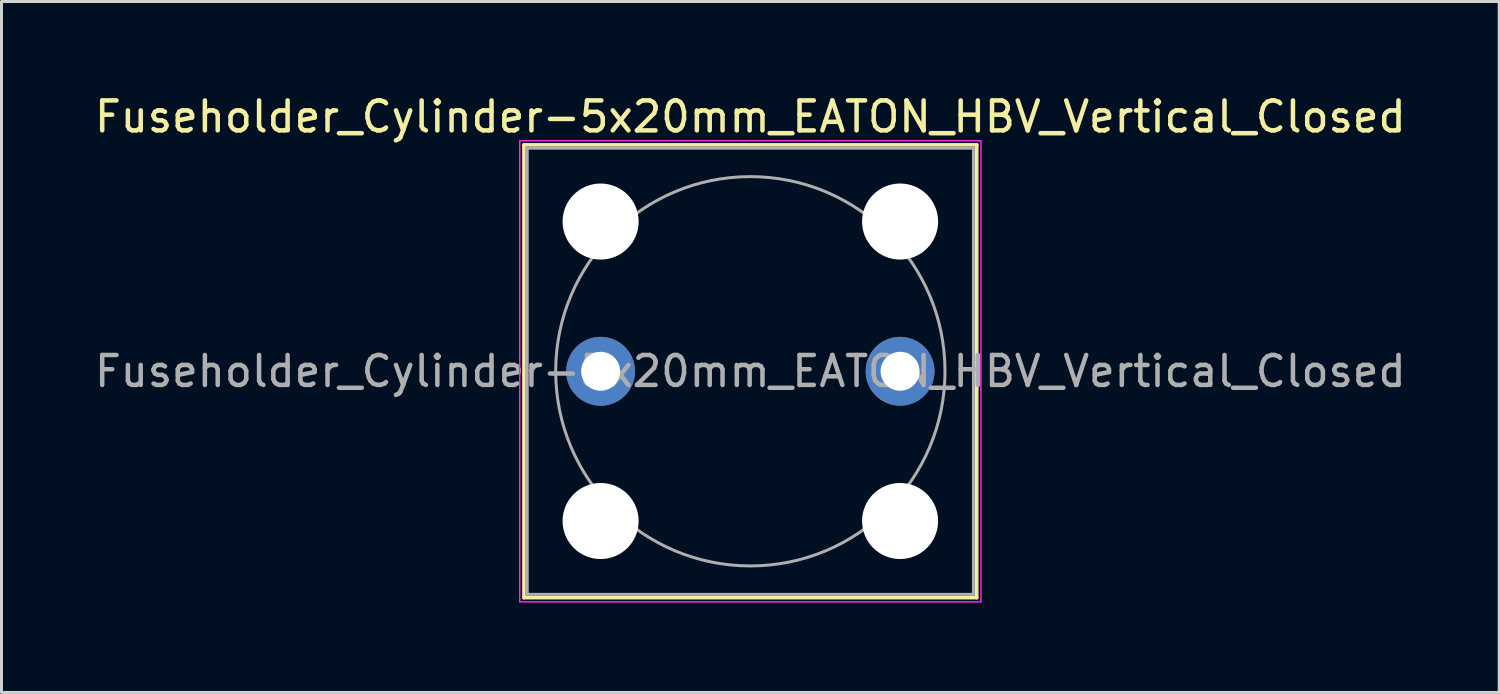
<source format=kicad_pcb>
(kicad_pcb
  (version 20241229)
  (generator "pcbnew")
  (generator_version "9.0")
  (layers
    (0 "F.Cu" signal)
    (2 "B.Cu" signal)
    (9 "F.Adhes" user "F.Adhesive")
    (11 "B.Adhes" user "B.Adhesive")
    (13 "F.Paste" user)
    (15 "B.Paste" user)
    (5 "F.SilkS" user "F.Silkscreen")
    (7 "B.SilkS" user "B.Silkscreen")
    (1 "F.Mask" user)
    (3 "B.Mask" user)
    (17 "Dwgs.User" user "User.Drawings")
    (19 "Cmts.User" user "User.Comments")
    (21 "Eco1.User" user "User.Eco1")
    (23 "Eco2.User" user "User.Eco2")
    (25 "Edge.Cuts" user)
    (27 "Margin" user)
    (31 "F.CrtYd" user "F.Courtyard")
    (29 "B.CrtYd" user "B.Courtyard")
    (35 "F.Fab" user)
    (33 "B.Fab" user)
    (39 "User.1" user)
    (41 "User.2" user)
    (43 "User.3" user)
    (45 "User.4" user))
  (footprint "Fuseholder_Cylinder-5x20mm_EATON_HBV_Vertical_Closed"
    (layer "F.Cu")
    (at 17.006 9.348)
    (property "Reference" "Fuseholder_Cylinder-5x20mm_EATON_HBV_Vertical_Closed" (at 5 -8.5 0) (layer "F.SilkS") (effects (font (size 1 1) (thickness 0.15))))
    (attr through_hole)
    (fp_line (start -2.56 -7.56) (end 12.56 -7.56) (stroke (width 0.12) (type solid)) (layer "F.SilkS"))
    (fp_line (start -2.56 7.56) (end -2.56 -7.56) (stroke (width 0.12) (type solid)) (layer "F.SilkS"))
    (fp_line (start 12.56 -7.56) (end 12.56 7.56) (stroke (width 0.12) (type solid)) (layer "F.SilkS"))
    (fp_line (start 12.56 7.56) (end -2.56 7.56) (stroke (width 0.12) (type solid)) (layer "F.SilkS"))
    (fp_line (start -2.7 -7.7) (end 12.7 -7.7) (stroke (width 0.05) (type solid)) (layer "F.CrtYd"))
    (fp_line (start -2.7 7.7) (end -2.7 -7.7) (stroke (width 0.05) (type solid)) (layer "F.CrtYd"))
    (fp_line (start 12.7 -7.7) (end 12.7 7.7) (stroke (width 0.05) (type solid)) (layer "F.CrtYd"))
    (fp_line (start 12.7 7.7) (end -2.7 7.7) (stroke (width 0.05) (type solid)) (layer "F.CrtYd"))
    (fp_line (start -2.45 -7.45) (end 12.45 -7.45) (stroke (width 0.1) (type solid)) (layer "F.Fab"))
    (fp_line (start -2.45 7.45) (end -2.45 -7.45) (stroke (width 0.1) (type solid)) (layer "F.Fab"))
    (fp_line (start 12.45 -7.45) (end 12.45 7.45) (stroke (width 0.1) (type solid)) (layer "F.Fab"))
    (fp_line (start 12.45 7.45) (end -2.45 7.45) (stroke (width 0.1) (type solid)) (layer "F.Fab"))
    (fp_circle (center 5 0) (end 11.5 0) (stroke (width 0.1) (type solid)) (fill no) (layer "F.Fab"))
    (fp_text user "${REFERENCE}" (at 5 0 0) (layer "F.Fab") (effects (font (size 1 1) (thickness 0.15))))
    (pad "" np_thru_hole circle (at 0 -5) (size 2.54 2.54) (drill 2.54) (layers "*.Cu" "*.Mask"))
    (pad "" np_thru_hole circle (at 0 5) (size 2.54 2.54) (drill 2.54) (layers "*.Cu" "*.Mask"))
    (pad "" np_thru_hole circle (at 10 -5) (size 2.54 2.54) (drill 2.54) (layers "*.Cu" "*.Mask"))
    (pad "" np_thru_hole circle (at 10 5) (size 2.54 2.54) (drill 2.54) (layers "*.Cu" "*.Mask"))
    (pad "1" thru_hole circle (at 0 0) (size 2.3 2.3) (drill 1.3) (layers "*.Cu" "*.Mask"))
    (pad "2" thru_hole circle (at 10 0) (size 2.3 2.3) (drill 1.3) (layers "*.Cu" "*.Mask")))
  (gr_rect
    (start -3 -3)
    (end 47.012 20.073)
    (stroke (width 0.1) (type default))
    (fill no)
    (layer "Edge.Cuts")))
</source>
